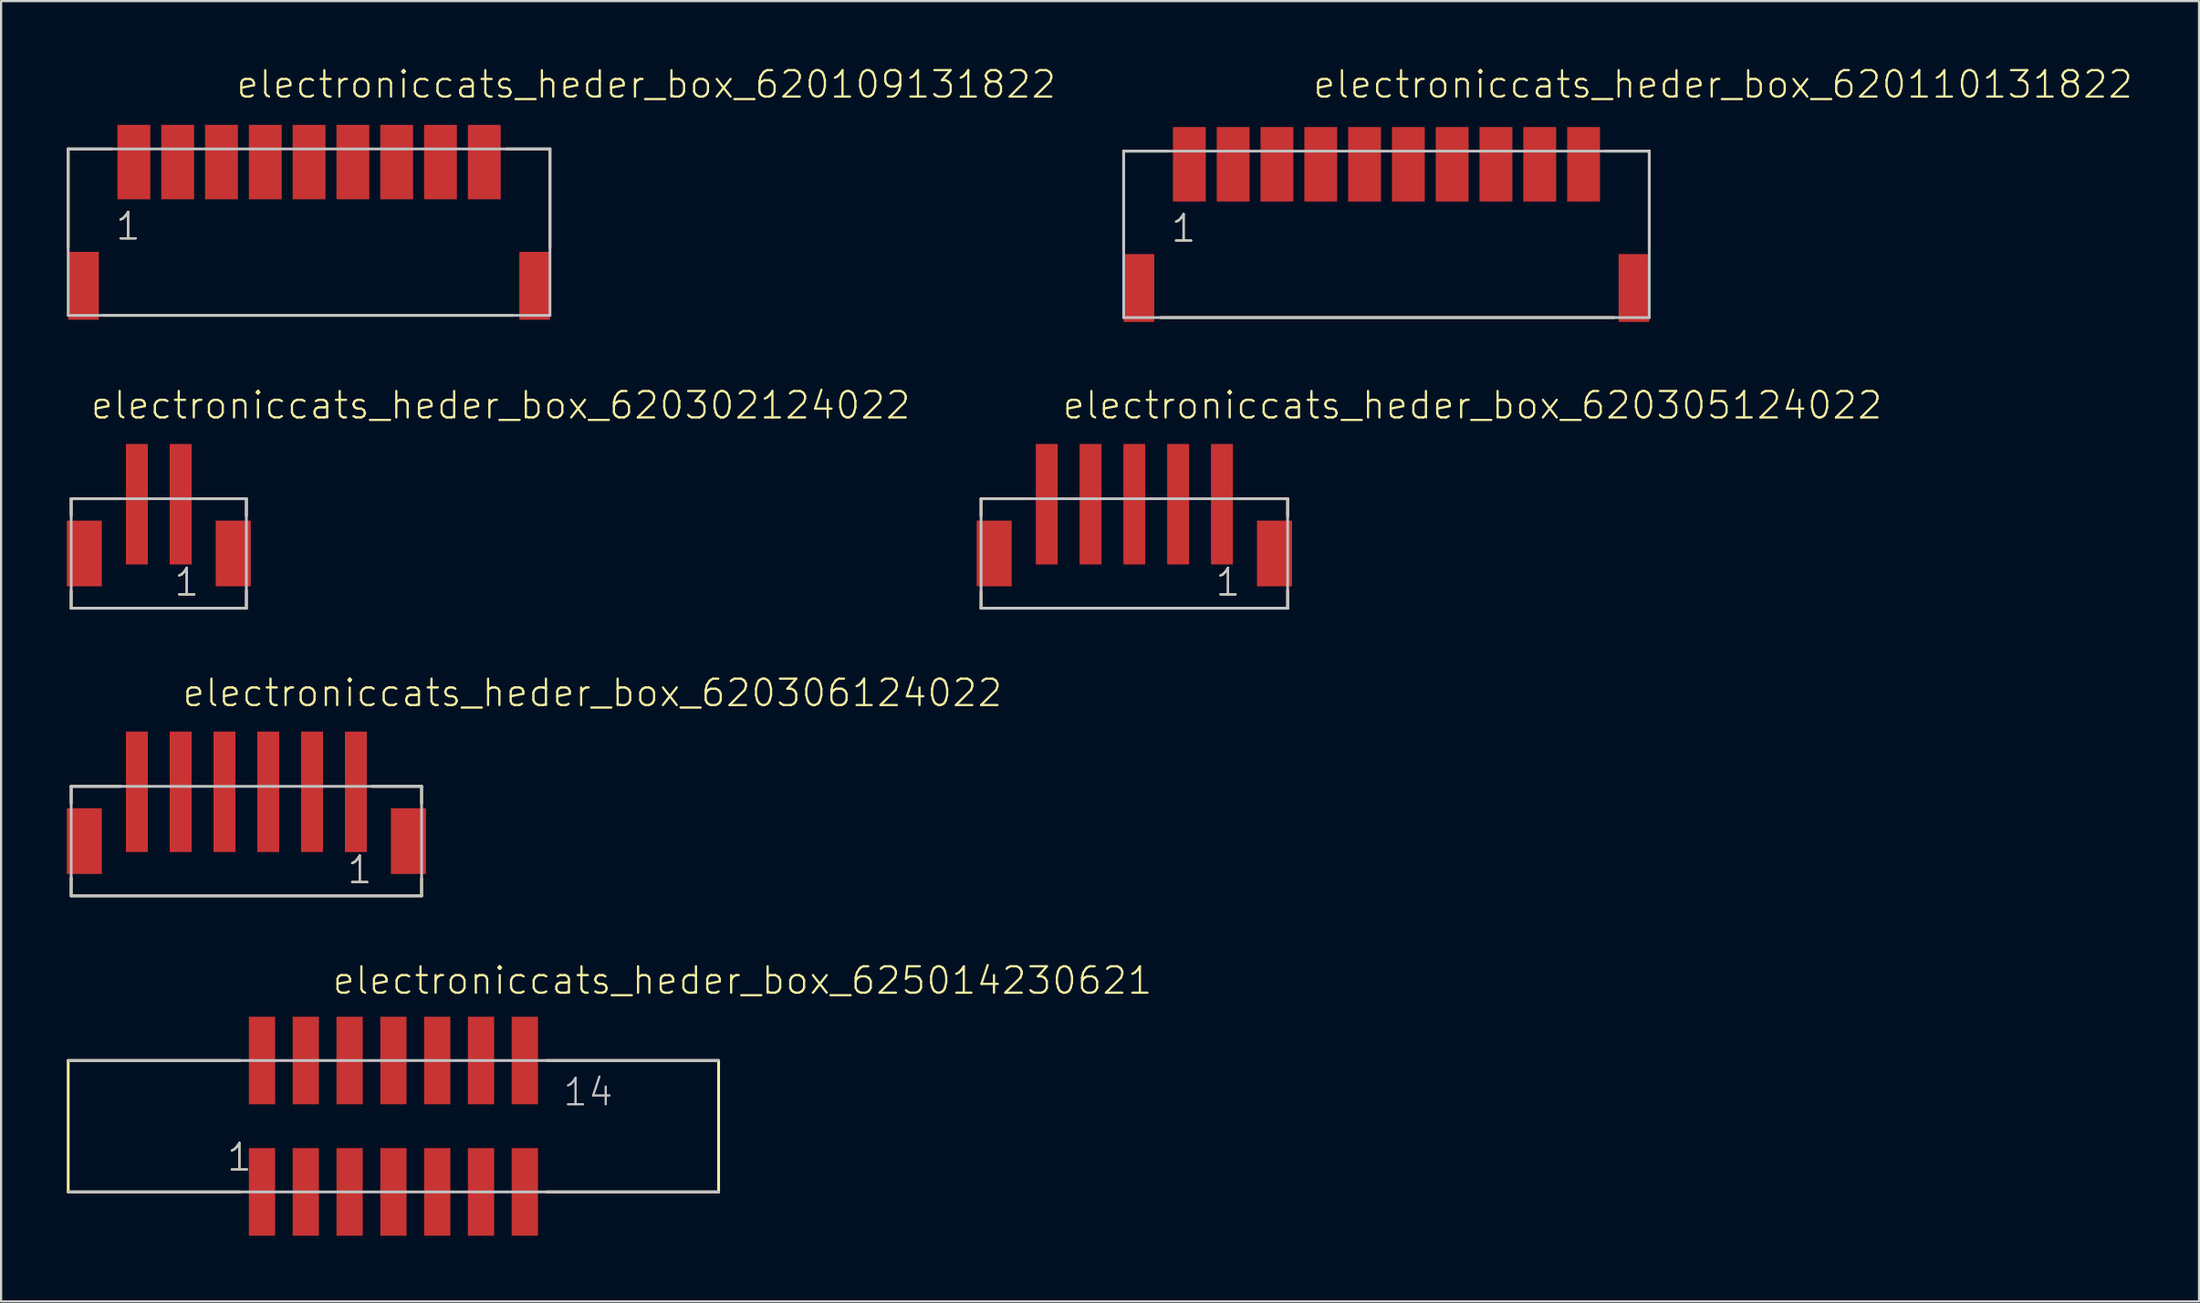
<source format=kicad_pcb>
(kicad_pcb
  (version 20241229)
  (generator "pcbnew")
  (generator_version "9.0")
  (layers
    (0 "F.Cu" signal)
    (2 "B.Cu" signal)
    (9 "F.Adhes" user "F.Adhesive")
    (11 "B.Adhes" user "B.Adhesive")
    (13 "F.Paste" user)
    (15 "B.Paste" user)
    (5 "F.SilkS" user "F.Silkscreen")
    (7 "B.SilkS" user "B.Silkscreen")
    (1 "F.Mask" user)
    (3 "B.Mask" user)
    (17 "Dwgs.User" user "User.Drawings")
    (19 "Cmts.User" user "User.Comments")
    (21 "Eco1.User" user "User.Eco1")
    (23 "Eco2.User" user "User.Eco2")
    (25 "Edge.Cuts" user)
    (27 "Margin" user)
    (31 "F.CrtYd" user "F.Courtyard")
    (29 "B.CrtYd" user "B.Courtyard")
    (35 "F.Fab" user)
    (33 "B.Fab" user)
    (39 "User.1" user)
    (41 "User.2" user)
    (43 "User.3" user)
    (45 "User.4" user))
  (footprint "electroniccats_heder_box_620305124022"
    (layer "F.Cu")
    (at 48.747 19.973)
    (property "Reference" "electroniccats_heder_box_620305124022" (at -3.35 -3.81 0) (layer "F.SilkS") (effects (font (size 1.206 1.206) (thickness 0.102)) (justify left bottom)))
    (attr through_hole)
    (fp_line (start -7 -0.25) (end -7 0.53) (stroke (width 0.127) (type solid)) (layer "F.SilkS"))
    (fp_line (start -7 3.99) (end -7 4.75) (stroke (width 0.127) (type solid)) (layer "F.SilkS"))
    (fp_line (start -7 4.75) (end 7 4.75) (stroke (width 0.127) (type solid)) (layer "F.SilkS"))
    (fp_line (start -4.75 -0.25) (end -7 -0.25) (stroke (width 0.127) (type solid)) (layer "F.SilkS"))
    (fp_line (start 4.71 -0.25) (end 7 -0.25) (stroke (width 0.127) (type solid)) (layer "F.SilkS"))
    (fp_line (start 7 -0.25) (end 7 0.55) (stroke (width 0.127) (type solid)) (layer "F.SilkS"))
    (fp_line (start 7 4.75) (end 7 3.95) (stroke (width 0.127) (type solid)) (layer "F.SilkS"))
    (fp_line (start -7 -0.25) (end 7 -0.25) (stroke (width 0.127) (type solid)) (layer "Dwgs.User"))
    (fp_line (start -7 4.75) (end -7 -0.25) (stroke (width 0.127) (type solid)) (layer "Dwgs.User"))
    (fp_line (start 7 -0.25) (end 7 4.75) (stroke (width 0.127) (type solid)) (layer "Dwgs.User"))
    (fp_line (start 7 4.75) (end -7 4.75) (stroke (width 0.127) (type solid)) (layer "Dwgs.User"))
    (fp_text user "1" (at 3.635 4.27 0) (layer "F.SilkS") (effects (font (size 1.206 1.206) (thickness 0.102)) (justify left bottom)))
    (fp_text user "1" (at 3.635 4.27 0) (layer "Dwgs.User") (effects (font (size 1.206 1.206) (thickness 0.102)) (justify left bottom)))
    (pad "1" smd rect (at 4 0) (size 1 5.5) (layers "F.Cu" "F.Mask" "F.Paste"))
    (pad "2" smd rect (at 2 0) (size 1 5.5) (layers "F.Cu" "F.Mask" "F.Paste"))
    (pad "3" smd rect (at 0 0) (size 1 5.5) (layers "F.Cu" "F.Mask" "F.Paste"))
    (pad "4" smd rect (at -2 0) (size 1 5.5) (layers "F.Cu" "F.Mask" "F.Paste"))
    (pad "5" smd rect (at -4 0) (size 1 5.5) (layers "F.Cu" "F.Mask" "F.Paste"))
    (pad "Z1" smd rect (at 6.4 2.25 90) (size 3 1.6) (layers "F.Cu" "F.Mask" "F.Paste"))
    (pad "Z2" smd rect (at -6.4 2.25 90) (size 3 1.6) (layers "F.Cu" "F.Mask" "F.Paste")))
  (footprint "electroniccats_heder_box_625014230621"
    (layer "F.Cu")
    (at 14.914 48.377)
    (property "Reference" "electroniccats_heder_box_625014230621" (at -2.85 -5.945 0) (layer "F.SilkS") (effects (font (size 1.206 1.206) (thickness 0.102)) (justify left bottom)))
    (attr through_hole)
    (fp_line (start -14.85 -3) (end -14.85 3) (stroke (width 0.127) (type solid)) (layer "F.SilkS"))
    (fp_line (start -7 -3) (end -14.85 -3) (stroke (width 0.127) (type solid)) (layer "F.SilkS"))
    (fp_line (start -7 3) (end -14.85 3) (stroke (width 0.127) (type solid)) (layer "F.SilkS"))
    (fp_line (start 7 -3) (end 14.85 -3) (stroke (width 0.127) (type solid)) (layer "F.SilkS"))
    (fp_line (start 7 3) (end 14.85 3) (stroke (width 0.127) (type solid)) (layer "F.SilkS"))
    (fp_line (start 14.85 3) (end 14.85 -3) (stroke (width 0.127) (type solid)) (layer "F.SilkS"))
    (fp_line (start -14.85 3) (end 14.85 3) (stroke (width 0.127) (type solid)) (layer "Dwgs.User"))
    (fp_line (start 14.85 -3) (end -14.85 -3) (stroke (width 0.127) (type solid)) (layer "Dwgs.User"))
    (fp_text user "1" (at -7.675 2.125 0) (layer "F.SilkS") (effects (font (size 1.206 1.206) (thickness 0.102)) (justify left bottom)))
    (fp_text user "1" (at -7.675 2.125 0) (layer "Dwgs.User") (effects (font (size 1.206 1.206) (thickness 0.102)) (justify left bottom)))
    (fp_text user "14" (at 7.675 -0.85 0) (layer "Dwgs.User") (effects (font (size 1.206 1.206) (thickness 0.102)) (justify left bottom)))
    (pad "1" smd rect (at -6 3 180) (size 1.2 4) (layers "F.Cu" "F.Mask" "F.Paste"))
    (pad "2" smd rect (at -6 -3 180) (size 1.2 4) (layers "F.Cu" "F.Mask" "F.Paste"))
    (pad "3" smd rect (at -4 3 180) (size 1.2 4) (layers "F.Cu" "F.Mask" "F.Paste"))
    (pad "4" smd rect (at -4 -3 180) (size 1.2 4) (layers "F.Cu" "F.Mask" "F.Paste"))
    (pad "5" smd rect (at -2 3 180) (size 1.2 4) (layers "F.Cu" "F.Mask" "F.Paste"))
    (pad "6" smd rect (at -2 -3 180) (size 1.2 4) (layers "F.Cu" "F.Mask" "F.Paste"))
    (pad "7" smd rect (at 0 3 180) (size 1.2 4) (layers "F.Cu" "F.Mask" "F.Paste"))
    (pad "8" smd rect (at 0 -3 180) (size 1.2 4) (layers "F.Cu" "F.Mask" "F.Paste"))
    (pad "9" smd rect (at 2 3 180) (size 1.2 4) (layers "F.Cu" "F.Mask" "F.Paste"))
    (pad "10" smd rect (at 2 -3 180) (size 1.2 4) (layers "F.Cu" "F.Mask" "F.Paste"))
    (pad "11" smd rect (at 4 3 180) (size 1.2 4) (layers "F.Cu" "F.Mask" "F.Paste"))
    (pad "12" smd rect (at 4 -3 180) (size 1.2 4) (layers "F.Cu" "F.Mask" "F.Paste"))
    (pad "13" smd rect (at 6 3 180) (size 1.2 4) (layers "F.Cu" "F.Mask" "F.Paste"))
    (pad "14" smd rect (at 6 -3 180) (size 1.2 4) (layers "F.Cu" "F.Mask" "F.Paste")))
  (footprint "electroniccats_heder_box_620302124022"
    (layer "F.Cu")
    (at 4.2 19.973)
    (property "Reference" "electroniccats_heder_box_620302124022" (at -3.175 -3.81 0) (layer "F.SilkS") (effects (font (size 1.206 1.206) (thickness 0.102)) (justify left bottom)))
    (attr through_hole)
    (fp_line (start -4 -0.25) (end -4 0.53) (stroke (width 0.127) (type solid)) (layer "F.SilkS"))
    (fp_line (start -4 3.96) (end -4 4.75) (stroke (width 0.127) (type solid)) (layer "F.SilkS"))
    (fp_line (start -4 4.75) (end 4 4.75) (stroke (width 0.127) (type solid)) (layer "F.SilkS"))
    (fp_line (start -1.75 -0.25) (end -4 -0.25) (stroke (width 0.127) (type solid)) (layer "F.SilkS"))
    (fp_line (start 1.72 -0.25) (end 4 -0.25) (stroke (width 0.127) (type solid)) (layer "F.SilkS"))
    (fp_line (start 4 -0.25) (end 4 0.54) (stroke (width 0.127) (type solid)) (layer "F.SilkS"))
    (fp_line (start 4 4.75) (end 4 3.95) (stroke (width 0.127) (type solid)) (layer "F.SilkS"))
    (fp_line (start -4 -0.25) (end 4 -0.25) (stroke (width 0.127) (type solid)) (layer "Dwgs.User"))
    (fp_line (start -4 4.75) (end -4 -0.25) (stroke (width 0.127) (type solid)) (layer "Dwgs.User"))
    (fp_line (start 4 -0.25) (end 4 4.75) (stroke (width 0.127) (type solid)) (layer "Dwgs.User"))
    (fp_line (start 4 4.75) (end -4 4.75) (stroke (width 0.127) (type solid)) (layer "Dwgs.User"))
    (fp_text user "1" (at 0.635 4.27 0) (layer "F.SilkS") (effects (font (size 1.206 1.206) (thickness 0.102)) (justify left bottom)))
    (fp_text user "1" (at 0.635 4.27 0) (layer "Dwgs.User") (effects (font (size 1.206 1.206) (thickness 0.102)) (justify left bottom)))
    (pad "1" smd rect (at 1 0) (size 1 5.5) (layers "F.Cu" "F.Mask" "F.Paste"))
    (pad "2" smd rect (at -1 0) (size 1 5.5) (layers "F.Cu" "F.Mask" "F.Paste"))
    (pad "Z1" smd rect (at 3.4 2.25 90) (size 3 1.6) (layers "F.Cu" "F.Mask" "F.Paste"))
    (pad "Z2" smd rect (at -3.4 2.25 90) (size 3 1.6) (layers "F.Cu" "F.Mask" "F.Paste")))
  (footprint "electroniccats_heder_box_620110131822"
    (layer "F.Cu")
    (at 60.259 4.451)
    (property "Reference" "electroniccats_heder_box_620110131822" (at -3.42 -2.94 0) (layer "F.SilkS") (effects (font (size 1.206 1.206) (thickness 0.102)) (justify left bottom)))
    (attr through_hole)
    (fp_line (start -12 -0.6) (end -12 3.9) (stroke (width 0.127) (type solid)) (layer "F.SilkS"))
    (fp_line (start -10.3 7) (end 10.4 7) (stroke (width 0.127) (type solid)) (layer "F.SilkS"))
    (fp_line (start -10 -0.6) (end -12 -0.6) (stroke (width 0.127) (type solid)) (layer "F.SilkS"))
    (fp_line (start 10 -0.6) (end 12 -0.6) (stroke (width 0.127) (type solid)) (layer "F.SilkS"))
    (fp_line (start 12 -0.6) (end 12 3.9) (stroke (width 0.127) (type solid)) (layer "F.SilkS"))
    (fp_line (start -12 -0.6) (end 12 -0.6) (stroke (width 0.127) (type solid)) (layer "Dwgs.User"))
    (fp_line (start -12 7) (end -12 -0.6) (stroke (width 0.127) (type solid)) (layer "Dwgs.User"))
    (fp_line (start 12 -0.6) (end 12 7) (stroke (width 0.127) (type solid)) (layer "Dwgs.User"))
    (fp_line (start 12 7) (end -12 7) (stroke (width 0.127) (type solid)) (layer "Dwgs.User"))
    (fp_text user "1" (at -9.905 3.635 0) (layer "F.SilkS") (effects (font (size 1.206 1.206) (thickness 0.102)) (justify left bottom)))
    (fp_text user "1" (at -9.905 3.635 0) (layer "Dwgs.User") (effects (font (size 1.206 1.206) (thickness 0.102)) (justify left bottom)))
    (pad "1" smd rect (at -9 0 180) (size 1.5 3.4) (layers "F.Cu" "F.Mask" "F.Paste"))
    (pad "2" smd rect (at -7 0 180) (size 1.5 3.4) (layers "F.Cu" "F.Mask" "F.Paste"))
    (pad "3" smd rect (at -5 0 180) (size 1.5 3.4) (layers "F.Cu" "F.Mask" "F.Paste"))
    (pad "4" smd rect (at -3 0 180) (size 1.5 3.4) (layers "F.Cu" "F.Mask" "F.Paste"))
    (pad "5" smd rect (at -1 0 180) (size 1.5 3.4) (layers "F.Cu" "F.Mask" "F.Paste"))
    (pad "6" smd rect (at 1 0 180) (size 1.5 3.4) (layers "F.Cu" "F.Mask" "F.Paste"))
    (pad "7" smd rect (at 3 0 180) (size 1.5 3.4) (layers "F.Cu" "F.Mask" "F.Paste"))
    (pad "8" smd rect (at 5 0 180) (size 1.5 3.4) (layers "F.Cu" "F.Mask" "F.Paste"))
    (pad "9" smd rect (at 7 0 180) (size 1.5 3.4) (layers "F.Cu" "F.Mask" "F.Paste"))
    (pad "10" smd rect (at 9 0 180) (size 1.5 3.4) (layers "F.Cu" "F.Mask" "F.Paste"))
    (pad "Z1" smd rect (at -11.3 5.65 180) (size 1.4 3.1) (layers "F.Cu" "F.Mask" "F.Paste"))
    (pad "Z2" smd rect (at 11.3 5.65 180) (size 1.4 3.1) (layers "F.Cu" "F.Mask" "F.Paste")))
  (footprint "electroniccats_heder_box_620306124022"
    (layer "F.Cu")
    (at 8.2 33.107)
    (property "Reference" "electroniccats_heder_box_620306124022" (at -2.985 -3.81 0) (layer "F.SilkS") (effects (font (size 1.206 1.206) (thickness 0.102)) (justify left bottom)))
    (attr through_hole)
    (fp_line (start -8 -0.25) (end -8 0.51) (stroke (width 0.127) (type solid)) (layer "F.SilkS"))
    (fp_line (start -8 3.96) (end -8 4.75) (stroke (width 0.127) (type solid)) (layer "F.SilkS"))
    (fp_line (start -8 4.75) (end 8 4.75) (stroke (width 0.127) (type solid)) (layer "F.SilkS"))
    (fp_line (start -7.99 3.96) (end -8 3.96) (stroke (width 0.127) (type solid)) (layer "F.SilkS"))
    (fp_line (start -5.75 -0.25) (end -8 -0.25) (stroke (width 0.127) (type solid)) (layer "F.SilkS"))
    (fp_line (start 5.74 -0.25) (end 8 -0.25) (stroke (width 0.127) (type solid)) (layer "F.SilkS"))
    (fp_line (start 8 -0.25) (end 8 0.52) (stroke (width 0.127) (type solid)) (layer "F.SilkS"))
    (fp_line (start 8 4.75) (end 8 3.96) (stroke (width 0.127) (type solid)) (layer "F.SilkS"))
    (fp_line (start -8 -0.25) (end 8 -0.25) (stroke (width 0.127) (type solid)) (layer "Dwgs.User"))
    (fp_line (start -8 4.75) (end -8 -0.25) (stroke (width 0.127) (type solid)) (layer "Dwgs.User"))
    (fp_line (start 8 -0.25) (end 8 4.75) (stroke (width 0.127) (type solid)) (layer "Dwgs.User"))
    (fp_line (start 8 4.75) (end -8 4.75) (stroke (width 0.127) (type solid)) (layer "Dwgs.User"))
    (fp_text user "1" (at 4.535 4.27 0) (layer "F.SilkS") (effects (font (size 1.206 1.206) (thickness 0.102)) (justify left bottom)))
    (fp_text user "1" (at 4.535 4.27 0) (layer "Dwgs.User") (effects (font (size 1.206 1.206) (thickness 0.102)) (justify left bottom)))
    (pad "1" smd rect (at 5 0) (size 1 5.5) (layers "F.Cu" "F.Mask" "F.Paste"))
    (pad "2" smd rect (at 3 0) (size 1 5.5) (layers "F.Cu" "F.Mask" "F.Paste"))
    (pad "3" smd rect (at 1 0) (size 1 5.5) (layers "F.Cu" "F.Mask" "F.Paste"))
    (pad "4" smd rect (at -1 0) (size 1 5.5) (layers "F.Cu" "F.Mask" "F.Paste"))
    (pad "5" smd rect (at -3 0) (size 1 5.5) (layers "F.Cu" "F.Mask" "F.Paste"))
    (pad "6" smd rect (at -5 0) (size 1 5.5) (layers "F.Cu" "F.Mask" "F.Paste"))
    (pad "Z1" smd rect (at 7.4 2.25 90) (size 3 1.6) (layers "F.Cu" "F.Mask" "F.Paste"))
    (pad "Z2" smd rect (at -7.4 2.25 90) (size 3 1.6) (layers "F.Cu" "F.Mask" "F.Paste")))
  (footprint "electroniccats_heder_box_620109131822"
    (layer "F.Cu")
    (at 11.063 4.351)
    (property "Reference" "electroniccats_heder_box_620109131822" (at -3.39 -2.84 0) (layer "F.SilkS") (effects (font (size 1.206 1.206) (thickness 0.102)) (justify left bottom)))
    (attr through_hole)
    (fp_line (start -11 -0.6) (end -11 3.9) (stroke (width 0.127) (type solid)) (layer "F.SilkS"))
    (fp_line (start -9.4 7) (end 9.3 7) (stroke (width 0.127) (type solid)) (layer "F.SilkS"))
    (fp_line (start -9 -0.6) (end -11 -0.6) (stroke (width 0.127) (type solid)) (layer "F.SilkS"))
    (fp_line (start 9 -0.6) (end 11 -0.6) (stroke (width 0.127) (type solid)) (layer "F.SilkS"))
    (fp_line (start 11 -0.6) (end 11 3.9) (stroke (width 0.127) (type solid)) (layer "F.SilkS"))
    (fp_line (start -11 -0.6) (end 11 -0.6) (stroke (width 0.127) (type solid)) (layer "Dwgs.User"))
    (fp_line (start -11 7) (end -11 -0.6) (stroke (width 0.127) (type solid)) (layer "Dwgs.User"))
    (fp_line (start 11 -0.6) (end 11 7) (stroke (width 0.127) (type solid)) (layer "Dwgs.User"))
    (fp_line (start 11 7) (end -11 7) (stroke (width 0.127) (type solid)) (layer "Dwgs.User"))
    (fp_text user "1" (at -8.905 3.635 0) (layer "F.SilkS") (effects (font (size 1.206 1.206) (thickness 0.102)) (justify left bottom)))
    (fp_text user "1" (at -8.905 3.635 0) (layer "Dwgs.User") (effects (font (size 1.206 1.206) (thickness 0.102)) (justify left bottom)))
    (pad "1" smd rect (at -8 0 180) (size 1.5 3.4) (layers "F.Cu" "F.Mask" "F.Paste"))
    (pad "2" smd rect (at -6 0 180) (size 1.5 3.4) (layers "F.Cu" "F.Mask" "F.Paste"))
    (pad "3" smd rect (at -4 0 180) (size 1.5 3.4) (layers "F.Cu" "F.Mask" "F.Paste"))
    (pad "4" smd rect (at -2 0 180) (size 1.5 3.4) (layers "F.Cu" "F.Mask" "F.Paste"))
    (pad "5" smd rect (at 0 0 180) (size 1.5 3.4) (layers "F.Cu" "F.Mask" "F.Paste"))
    (pad "6" smd rect (at 2 0 180) (size 1.5 3.4) (layers "F.Cu" "F.Mask" "F.Paste"))
    (pad "7" smd rect (at 4 0 180) (size 1.5 3.4) (layers "F.Cu" "F.Mask" "F.Paste"))
    (pad "8" smd rect (at 6 0 180) (size 1.5 3.4) (layers "F.Cu" "F.Mask" "F.Paste"))
    (pad "9" smd rect (at 8 0 180) (size 1.5 3.4) (layers "F.Cu" "F.Mask" "F.Paste"))
    (pad "Z1" smd rect (at -10.3 5.65 180) (size 1.4 3.1) (layers "F.Cu" "F.Mask" "F.Paste"))
    (pad "Z2" smd rect (at 10.3 5.65 180) (size 1.4 3.1) (layers "F.Cu" "F.Mask" "F.Paste")))
  (gr_rect
    (start -3 -3)
    (end 97.362 56.377)
    (stroke (width 0.1) (type default))
    (fill no)
    (layer "Edge.Cuts")))
</source>
